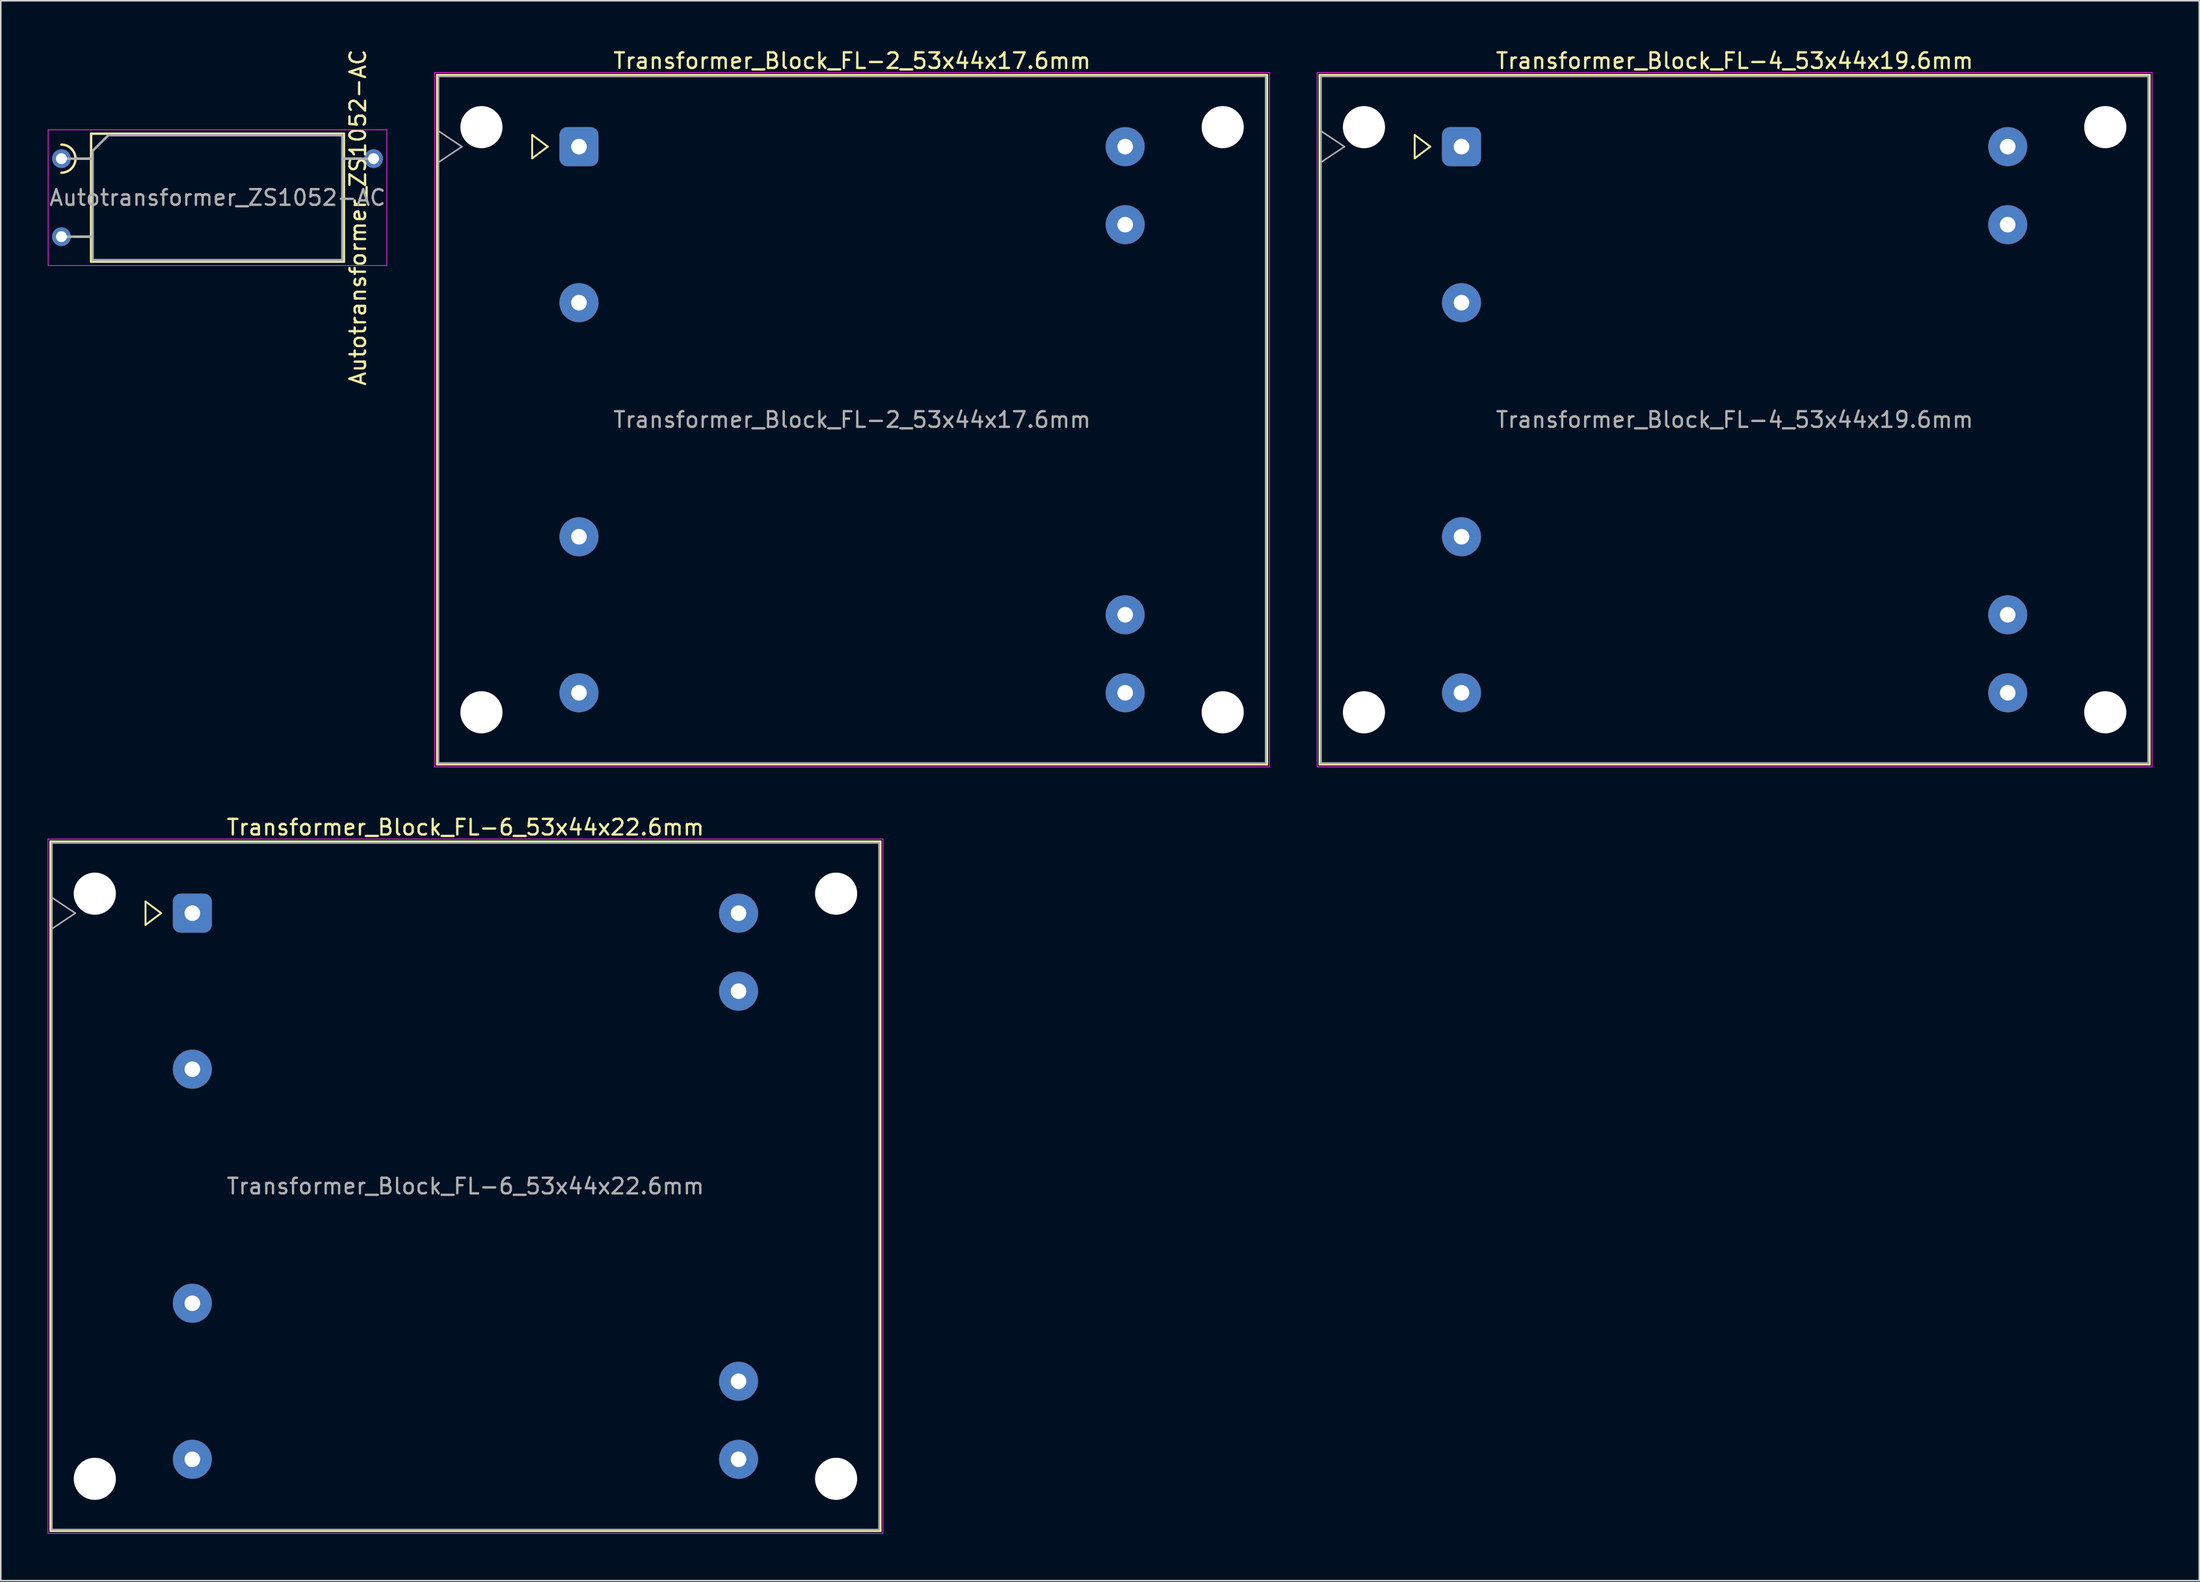
<source format=kicad_pcb>
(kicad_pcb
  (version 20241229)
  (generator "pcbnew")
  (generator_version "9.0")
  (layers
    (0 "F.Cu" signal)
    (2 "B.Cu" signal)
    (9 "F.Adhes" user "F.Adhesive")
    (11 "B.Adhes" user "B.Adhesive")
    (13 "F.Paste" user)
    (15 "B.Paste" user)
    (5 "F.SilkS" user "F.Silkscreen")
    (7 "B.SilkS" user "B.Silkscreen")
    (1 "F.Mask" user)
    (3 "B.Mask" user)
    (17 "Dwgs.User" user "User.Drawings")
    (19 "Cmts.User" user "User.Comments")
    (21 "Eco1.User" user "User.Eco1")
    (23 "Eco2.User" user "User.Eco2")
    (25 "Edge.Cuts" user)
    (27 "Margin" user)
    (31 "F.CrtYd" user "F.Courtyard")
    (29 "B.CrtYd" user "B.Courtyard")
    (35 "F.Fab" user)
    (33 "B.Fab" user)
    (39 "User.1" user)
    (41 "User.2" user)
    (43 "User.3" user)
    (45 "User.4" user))
  (footprint "Transformer_Block_FL-2_53x44x17.6mm"
    (layer "F.Cu")
    (at 34.049 6.348)
    (property "Reference" "Transformer_Block_FL-2_53x44x17.6mm" (at 17.5 -5.5 0) (layer "F.SilkS") (effects (font (size 1 1) (thickness 0.15))))
    (attr through_hole)
    (fp_line (start -9.1 -4.6) (end -9.1 39.6) (stroke (width 0.12) (type solid)) (layer "F.SilkS"))
    (fp_line (start -9.1 39.6) (end 44.1 39.6) (stroke (width 0.12) (type solid)) (layer "F.SilkS"))
    (fp_line (start -3 -0.75) (end -2 0) (stroke (width 0.12) (type solid)) (layer "F.SilkS"))
    (fp_line (start -3 0.75) (end -3 -0.75) (stroke (width 0.12) (type solid)) (layer "F.SilkS"))
    (fp_line (start -2 0) (end -3 0.75) (stroke (width 0.12) (type solid)) (layer "F.SilkS"))
    (fp_line (start 44.1 -4.6) (end -9.1 -4.6) (stroke (width 0.12) (type solid)) (layer "F.SilkS"))
    (fp_line (start 44.1 39.6) (end 44.1 -4.6) (stroke (width 0.12) (type solid)) (layer "F.SilkS"))
    (fp_line (start -9.25 -4.75) (end -9.25 39.75) (stroke (width 0.05) (type solid)) (layer "F.CrtYd"))
    (fp_line (start -9.25 39.75) (end 44.25 39.75) (stroke (width 0.05) (type solid)) (layer "F.CrtYd"))
    (fp_line (start 44.25 -4.75) (end -9.25 -4.75) (stroke (width 0.05) (type solid)) (layer "F.CrtYd"))
    (fp_line (start 44.25 39.75) (end 44.25 -4.75) (stroke (width 0.05) (type solid)) (layer "F.CrtYd"))
    (fp_line (start -9 -4.5) (end -9 39.5) (stroke (width 0.1) (type solid)) (layer "F.Fab"))
    (fp_line (start -9 -1) (end -7.5 0) (stroke (width 0.1) (type solid)) (layer "F.Fab"))
    (fp_line (start -9 39.5) (end 44 39.5) (stroke (width 0.1) (type solid)) (layer "F.Fab"))
    (fp_line (start -7.5 0) (end -9 1) (stroke (width 0.1) (type solid)) (layer "F.Fab"))
    (fp_line (start 44 -4.5) (end -9 -4.5) (stroke (width 0.1) (type solid)) (layer "F.Fab"))
    (fp_line (start 44 39.5) (end 44 -4.5) (stroke (width 0.1) (type solid)) (layer "F.Fab"))
    (fp_text user "${REFERENCE}" (at 17.5 17.5 0) (layer "F.Fab") (effects (font (size 1 1) (thickness 0.15))))
    (pad "" np_thru_hole circle (at -6.25 -1.25) (size 2.7 2.7) (drill 2.7) (layers "*.Cu" "*.Mask"))
    (pad "" np_thru_hole circle (at -6.25 36.25) (size 2.7 2.7) (drill 2.7) (layers "*.Cu" "*.Mask"))
    (pad "" np_thru_hole circle (at 41.25 -1.25) (size 2.7 2.7) (drill 2.7) (layers "*.Cu" "*.Mask"))
    (pad "" np_thru_hole circle (at 41.25 36.25) (size 2.7 2.7) (drill 2.7) (layers "*.Cu" "*.Mask"))
    (pad "1" thru_hole roundrect (at 0 0) (size 2.5 2.5) (drill 1) (layers "*.Cu" "*.Mask") (roundrect_rratio 0.2))
    (pad "2" thru_hole circle (at 0 10) (size 2.5 2.5) (drill 1) (layers "*.Cu" "*.Mask"))
    (pad "3" thru_hole circle (at 0 25) (size 2.5 2.5) (drill 1) (layers "*.Cu" "*.Mask"))
    (pad "4" thru_hole circle (at 0 35) (size 2.5 2.5) (drill 1) (layers "*.Cu" "*.Mask"))
    (pad "5" thru_hole circle (at 35 35) (size 2.5 2.5) (drill 1) (layers "*.Cu" "*.Mask"))
    (pad "6" thru_hole circle (at 35 30) (size 2.5 2.5) (drill 1) (layers "*.Cu" "*.Mask"))
    (pad "7" thru_hole circle (at 35 5) (size 2.5 2.5) (drill 1) (layers "*.Cu" "*.Mask"))
    (pad "8" thru_hole circle (at 35 0) (size 2.5 2.5) (drill 1) (layers "*.Cu" "*.Mask")))
  (footprint "Autotransformer_ZS1052-AC"
    (layer "F.Cu")
    (at 0.887 7.117)
    (property "Reference" "Autotransformer_ZS1052-AC" (at 19 3.77 90) (layer "F.SilkS") (effects (font (size 1 1) (thickness 0.15))))
    (attr through_hole)
    (fp_line (start 0.8 5) (end 1.9 5) (stroke (width 0.15) (type solid)) (layer "F.SilkS"))
    (fp_line (start 0.9 0) (end 1.9 0) (stroke (width 0.15) (type solid)) (layer "F.SilkS"))
    (fp_line (start 1.9 -1.6) (end 1.9 6.6) (stroke (width 0.15) (type solid)) (layer "F.SilkS"))
    (fp_line (start 1.9 6.6) (end 18.1 6.6) (stroke (width 0.15) (type solid)) (layer "F.SilkS"))
    (fp_line (start 18.1 -1.6) (end 1.9 -1.6) (stroke (width 0.15) (type solid)) (layer "F.SilkS"))
    (fp_line (start 18.1 6.6) (end 18.1 -1.6) (stroke (width 0.15) (type solid)) (layer "F.SilkS"))
    (fp_line (start 19.2 0) (end 18.1 0) (stroke (width 0.15) (type solid)) (layer "F.SilkS"))
    (fp_arc (start 0 -0.9) (mid 0.9 0) (end 0 0.9) (stroke (width 0.15) (type solid)) (layer "F.SilkS"))
    (fp_line (start -0.85 -1.85) (end -0.85 6.85) (stroke (width 0.05) (type solid)) (layer "F.CrtYd"))
    (fp_line (start -0.85 6.85) (end 20.85 6.85) (stroke (width 0.05) (type solid)) (layer "F.CrtYd"))
    (fp_line (start 20.85 -1.85) (end -0.85 -1.85) (stroke (width 0.05) (type solid)) (layer "F.CrtYd"))
    (fp_line (start 20.85 6.85) (end 20.85 -1.85) (stroke (width 0.05) (type solid)) (layer "F.CrtYd"))
    (fp_line (start 0 0) (end 2 0) (stroke (width 0.15) (type solid)) (layer "F.Fab"))
    (fp_line (start 0 5) (end 2 5) (stroke (width 0.15) (type solid)) (layer "F.Fab"))
    (fp_line (start 2 -0.5) (end 2 6.5) (stroke (width 0.15) (type solid)) (layer "F.Fab"))
    (fp_line (start 2 -0.5) (end 3 -1.5) (stroke (width 0.15) (type solid)) (layer "F.Fab"))
    (fp_line (start 2 6.5) (end 18 6.5) (stroke (width 0.15) (type solid)) (layer "F.Fab"))
    (fp_line (start 18 -1.5) (end 3 -1.5) (stroke (width 0.15) (type solid)) (layer "F.Fab"))
    (fp_line (start 18 6.5) (end 18 -1.5) (stroke (width 0.15) (type solid)) (layer "F.Fab"))
    (fp_line (start 20 0) (end 18 0) (stroke (width 0.15) (type solid)) (layer "F.Fab"))
    (fp_text user "${REFERENCE}" (at 10 2.5 0) (layer "F.Fab") (effects (font (size 1 1) (thickness 0.15))))
    (pad "1" thru_hole circle (at 0 0 270) (size 1.2 1.2) (drill 0.7) (layers "*.Cu" "*.Mask"))
    (pad "2" thru_hole circle (at 20 0 270) (size 1.2 1.2) (drill 0.7) (layers "*.Cu" "*.Mask"))
    (pad "3" thru_hole circle (at 0 5 270) (size 1.2 1.2) (drill 0.7) (layers "*.Cu" "*.Mask")))
  (footprint "Transformer_Block_FL-6_53x44x22.6mm"
    (layer "F.Cu")
    (at 9.275 55.471)
    (property "Reference" "Transformer_Block_FL-6_53x44x22.6mm" (at 17.5 -5.5 0) (layer "F.SilkS") (effects (font (size 1 1) (thickness 0.15))))
    (attr through_hole)
    (fp_line (start -9.1 -4.6) (end -9.1 39.6) (stroke (width 0.12) (type solid)) (layer "F.SilkS"))
    (fp_line (start -9.1 39.6) (end 44.1 39.6) (stroke (width 0.12) (type solid)) (layer "F.SilkS"))
    (fp_line (start -3 -0.75) (end -2 0) (stroke (width 0.12) (type solid)) (layer "F.SilkS"))
    (fp_line (start -3 0.75) (end -3 -0.75) (stroke (width 0.12) (type solid)) (layer "F.SilkS"))
    (fp_line (start -2 0) (end -3 0.75) (stroke (width 0.12) (type solid)) (layer "F.SilkS"))
    (fp_line (start 44.1 -4.6) (end -9.1 -4.6) (stroke (width 0.12) (type solid)) (layer "F.SilkS"))
    (fp_line (start 44.1 39.6) (end 44.1 -4.6) (stroke (width 0.12) (type solid)) (layer "F.SilkS"))
    (fp_line (start -9.25 -4.75) (end -9.25 39.75) (stroke (width 0.05) (type solid)) (layer "F.CrtYd"))
    (fp_line (start -9.25 39.75) (end 44.25 39.75) (stroke (width 0.05) (type solid)) (layer "F.CrtYd"))
    (fp_line (start 44.25 -4.75) (end -9.25 -4.75) (stroke (width 0.05) (type solid)) (layer "F.CrtYd"))
    (fp_line (start 44.25 39.75) (end 44.25 -4.75) (stroke (width 0.05) (type solid)) (layer "F.CrtYd"))
    (fp_line (start -9 -4.5) (end -9 39.5) (stroke (width 0.1) (type solid)) (layer "F.Fab"))
    (fp_line (start -9 -1) (end -7.5 0) (stroke (width 0.1) (type solid)) (layer "F.Fab"))
    (fp_line (start -9 39.5) (end 44 39.5) (stroke (width 0.1) (type solid)) (layer "F.Fab"))
    (fp_line (start -7.5 0) (end -9 1) (stroke (width 0.1) (type solid)) (layer "F.Fab"))
    (fp_line (start 44 -4.5) (end -9 -4.5) (stroke (width 0.1) (type solid)) (layer "F.Fab"))
    (fp_line (start 44 39.5) (end 44 -4.5) (stroke (width 0.1) (type solid)) (layer "F.Fab"))
    (fp_text user "${REFERENCE}" (at 17.5 17.5 0) (layer "F.Fab") (effects (font (size 1 1) (thickness 0.15))))
    (pad "" np_thru_hole circle (at -6.25 -1.25) (size 2.7 2.7) (drill 2.7) (layers "*.Cu" "*.Mask"))
    (pad "" np_thru_hole circle (at -6.25 36.25) (size 2.7 2.7) (drill 2.7) (layers "*.Cu" "*.Mask"))
    (pad "" np_thru_hole circle (at 41.25 -1.25) (size 2.7 2.7) (drill 2.7) (layers "*.Cu" "*.Mask"))
    (pad "" np_thru_hole circle (at 41.25 36.25) (size 2.7 2.7) (drill 2.7) (layers "*.Cu" "*.Mask"))
    (pad "1" thru_hole roundrect (at 0 0) (size 2.5 2.5) (drill 1) (layers "*.Cu" "*.Mask") (roundrect_rratio 0.2))
    (pad "2" thru_hole circle (at 0 10) (size 2.5 2.5) (drill 1) (layers "*.Cu" "*.Mask"))
    (pad "3" thru_hole circle (at 0 25) (size 2.5 2.5) (drill 1) (layers "*.Cu" "*.Mask"))
    (pad "4" thru_hole circle (at 0 35) (size 2.5 2.5) (drill 1) (layers "*.Cu" "*.Mask"))
    (pad "5" thru_hole circle (at 35 35) (size 2.5 2.5) (drill 1) (layers "*.Cu" "*.Mask"))
    (pad "6" thru_hole circle (at 35 30) (size 2.5 2.5) (drill 1) (layers "*.Cu" "*.Mask"))
    (pad "7" thru_hole circle (at 35 5) (size 2.5 2.5) (drill 1) (layers "*.Cu" "*.Mask"))
    (pad "8" thru_hole circle (at 35 0) (size 2.5 2.5) (drill 1) (layers "*.Cu" "*.Mask")))
  (footprint "Transformer_Block_FL-4_53x44x19.6mm"
    (layer "F.Cu")
    (at 90.599 6.348)
    (property "Reference" "Transformer_Block_FL-4_53x44x19.6mm" (at 17.5 -5.5 0) (layer "F.SilkS") (effects (font (size 1 1) (thickness 0.15))))
    (attr through_hole)
    (fp_line (start -9.1 -4.6) (end -9.1 39.6) (stroke (width 0.12) (type solid)) (layer "F.SilkS"))
    (fp_line (start -9.1 39.6) (end 44.1 39.6) (stroke (width 0.12) (type solid)) (layer "F.SilkS"))
    (fp_line (start -3 -0.75) (end -2 0) (stroke (width 0.12) (type solid)) (layer "F.SilkS"))
    (fp_line (start -3 0.75) (end -3 -0.75) (stroke (width 0.12) (type solid)) (layer "F.SilkS"))
    (fp_line (start -2 0) (end -3 0.75) (stroke (width 0.12) (type solid)) (layer "F.SilkS"))
    (fp_line (start 44.1 -4.6) (end -9.1 -4.6) (stroke (width 0.12) (type solid)) (layer "F.SilkS"))
    (fp_line (start 44.1 39.6) (end 44.1 -4.6) (stroke (width 0.12) (type solid)) (layer "F.SilkS"))
    (fp_line (start -9.25 -4.75) (end -9.25 39.75) (stroke (width 0.05) (type solid)) (layer "F.CrtYd"))
    (fp_line (start -9.25 39.75) (end 44.25 39.75) (stroke (width 0.05) (type solid)) (layer "F.CrtYd"))
    (fp_line (start 44.25 -4.75) (end -9.25 -4.75) (stroke (width 0.05) (type solid)) (layer "F.CrtYd"))
    (fp_line (start 44.25 39.75) (end 44.25 -4.75) (stroke (width 0.05) (type solid)) (layer "F.CrtYd"))
    (fp_line (start -9 -4.5) (end -9 39.5) (stroke (width 0.1) (type solid)) (layer "F.Fab"))
    (fp_line (start -9 -1) (end -7.5 0) (stroke (width 0.1) (type solid)) (layer "F.Fab"))
    (fp_line (start -9 39.5) (end 44 39.5) (stroke (width 0.1) (type solid)) (layer "F.Fab"))
    (fp_line (start -7.5 0) (end -9 1) (stroke (width 0.1) (type solid)) (layer "F.Fab"))
    (fp_line (start 44 -4.5) (end -9 -4.5) (stroke (width 0.1) (type solid)) (layer "F.Fab"))
    (fp_line (start 44 39.5) (end 44 -4.5) (stroke (width 0.1) (type solid)) (layer "F.Fab"))
    (fp_text user "${REFERENCE}" (at 17.5 17.5 0) (layer "F.Fab") (effects (font (size 1 1) (thickness 0.15))))
    (pad "" np_thru_hole circle (at -6.25 -1.25) (size 2.7 2.7) (drill 2.7) (layers "*.Cu" "*.Mask"))
    (pad "" np_thru_hole circle (at -6.25 36.25) (size 2.7 2.7) (drill 2.7) (layers "*.Cu" "*.Mask"))
    (pad "" np_thru_hole circle (at 41.25 -1.25) (size 2.7 2.7) (drill 2.7) (layers "*.Cu" "*.Mask"))
    (pad "" np_thru_hole circle (at 41.25 36.25) (size 2.7 2.7) (drill 2.7) (layers "*.Cu" "*.Mask"))
    (pad "1" thru_hole roundrect (at 0 0) (size 2.5 2.5) (drill 1) (layers "*.Cu" "*.Mask") (roundrect_rratio 0.2))
    (pad "2" thru_hole circle (at 0 10) (size 2.5 2.5) (drill 1) (layers "*.Cu" "*.Mask"))
    (pad "3" thru_hole circle (at 0 25) (size 2.5 2.5) (drill 1) (layers "*.Cu" "*.Mask"))
    (pad "4" thru_hole circle (at 0 35) (size 2.5 2.5) (drill 1) (layers "*.Cu" "*.Mask"))
    (pad "5" thru_hole circle (at 35 35) (size 2.5 2.5) (drill 1) (layers "*.Cu" "*.Mask"))
    (pad "6" thru_hole circle (at 35 30) (size 2.5 2.5) (drill 1) (layers "*.Cu" "*.Mask"))
    (pad "7" thru_hole circle (at 35 5) (size 2.5 2.5) (drill 1) (layers "*.Cu" "*.Mask"))
    (pad "8" thru_hole circle (at 35 0) (size 2.5 2.5) (drill 1) (layers "*.Cu" "*.Mask")))
  (gr_rect
    (start -3 -3)
    (end 137.874 98.246)
    (stroke (width 0.1) (type default))
    (fill no)
    (layer "Edge.Cuts")))
</source>
